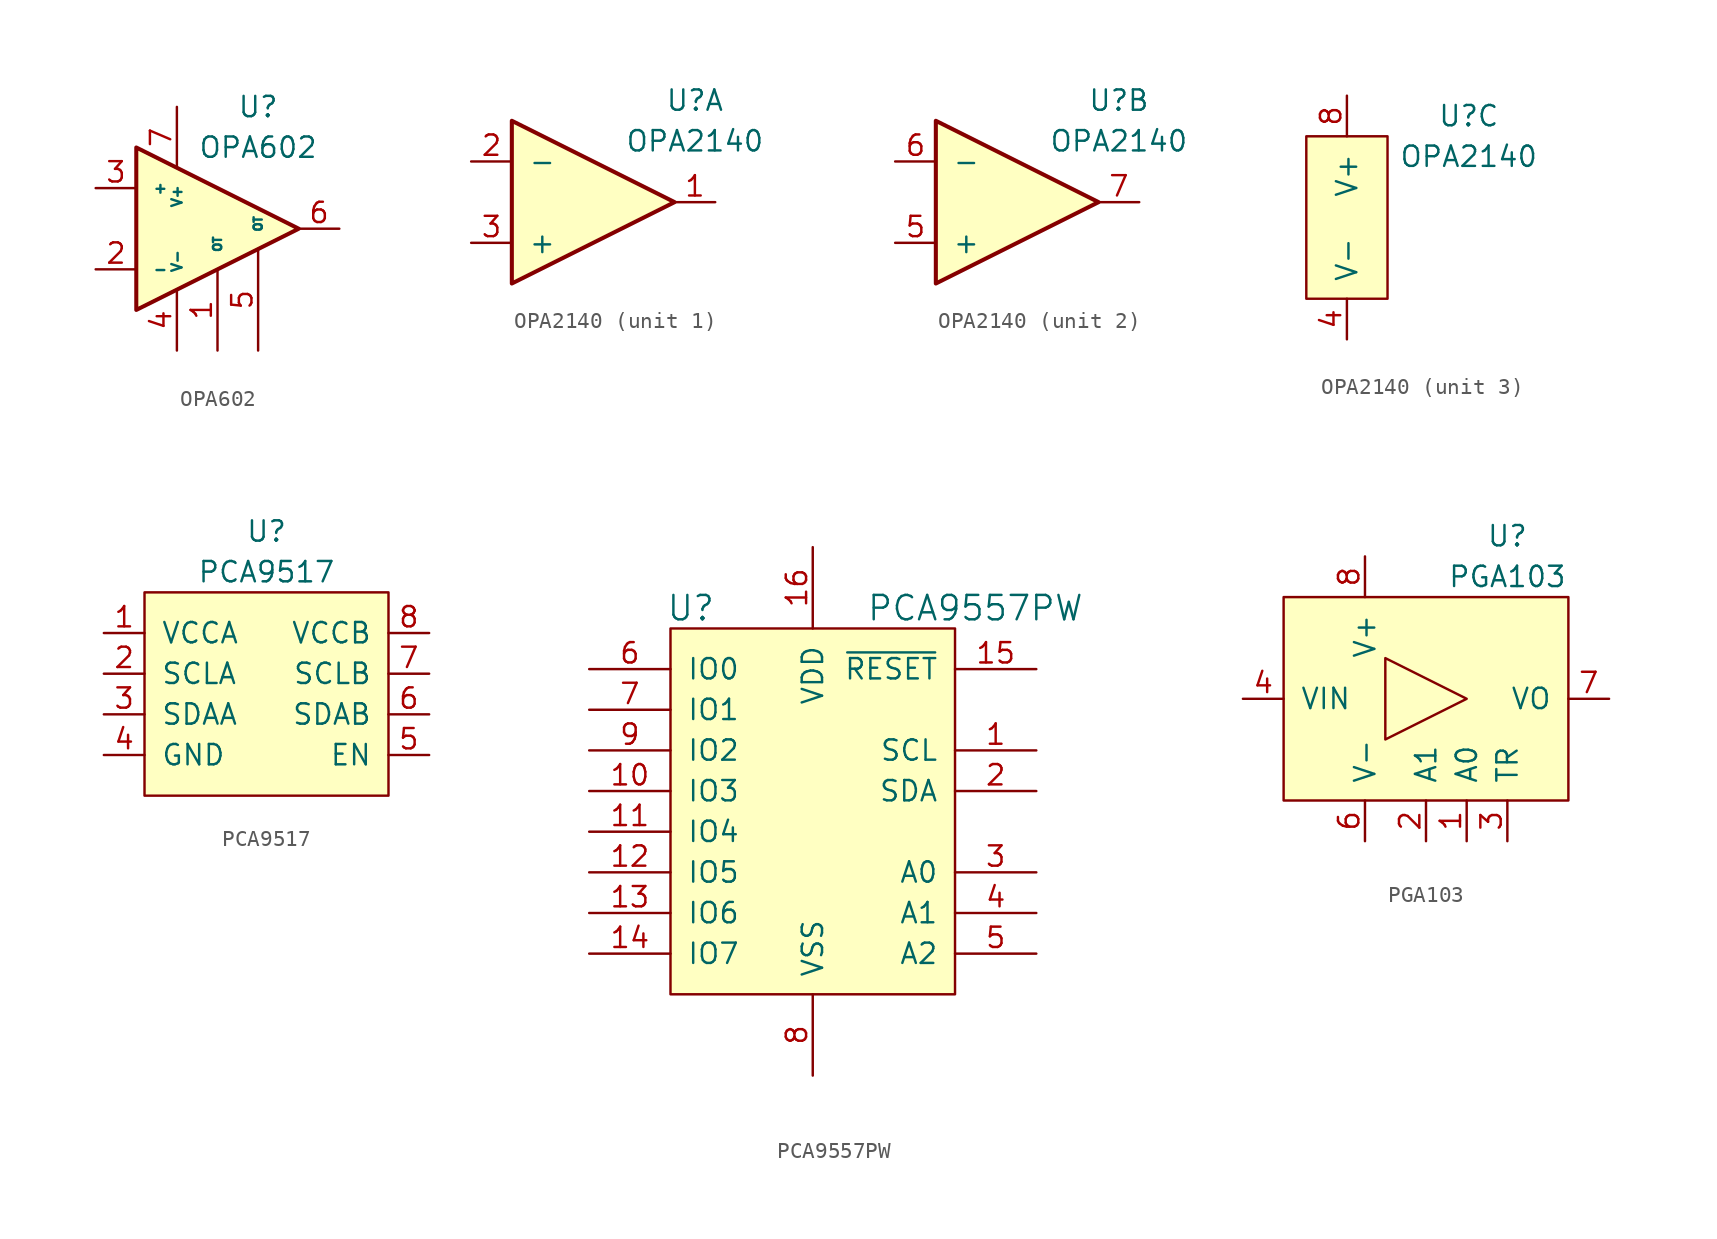
<source format=kicad_sym>
(kicad_symbol_lib
  (version 20220914)
  (generator kicad_symbol_editor)
  (symbol "OPA602"
    (pin_names
      (offset 1.016))
    (property "Reference" "U"
      (at 3.81 7.62 0)
      (effects (font (size 1.27 1.27))))
    (property "Value" "OPA602"
      (at 3.81 5.08 0)
      (effects (font (size 1.27 1.27))))
    (symbol "OPA602_1_1"
      (polyline (pts (xy -3.81 5.08) (xy 6.35 0) (xy -3.81 -5.08) (xy -3.81 5.08)) (stroke (width 0.254) (type default)) (fill (type background)))
      (pin input line (at 1.27 -7.62 90) (length 5.08) (name "OT" (effects (font (size 0.508 0.508)))) (number "1" (effects (font (size 1.27 1.27)))))
      (pin input line (at -6.35 -2.54 0) (length 2.54) (name "-" (effects (font (size 0.635 0.635)))) (number "2" (effects (font (size 1.27 1.27)))))
      (pin input line (at -6.35 2.54 0) (length 2.54) (name "+" (effects (font (size 0.635 0.635)))) (number "3" (effects (font (size 1.27 1.27)))))
      (pin power_in line (at -1.27 -7.62 90) (length 3.81) (name "V-" (effects (font (size 0.635 0.635)))) (number "4" (effects (font (size 1.27 1.27)))))
      (pin input line (at 3.81 -7.62 90) (length 6.35) (name "OT" (effects (font (size 0.508 0.508)))) (number "5" (effects (font (size 1.27 1.27)))))
      (pin output line (at 8.89 0 180) (length 2.54) (name "~" (effects (font (size 1.27 1.27)))) (number "6" (effects (font (size 1.27 1.27)))))
      (pin power_in line (at -1.27 7.62 270) (length 3.81) (name "V+" (effects (font (size 0.635 0.635)))) (number "7" (effects (font (size 1.27 1.27)))))
      (pin no_connect line (at 1.27 2.54 270) (length 2.54) hide (name "NC" (effects (font (size 1.27 1.27)))) (number "8" (effects (font (size 1.27 1.27)))))))
  (symbol "OPA2140"
    (pin_names
      (offset 1.016))
    (property "Reference" "U"
      (at 7.62 6.35 0)
      (effects (font (size 1.27 1.27))))
    (property "Value" "OPA2140"
      (at 7.62 3.81 0)
      (effects (font (size 1.27 1.27))))
    (symbol "OPA2140_1_1"
      (polyline (pts (xy -3.81 5.08) (xy 6.35 0) (xy -3.81 -5.08) (xy -3.81 5.08)) (stroke (width 0.254) (type default)) (fill (type background)))
      (pin output line (at 8.89 0 180) (length 2.54) (name "~" (effects (font (size 1.27 1.27)))) (number "1" (effects (font (size 1.27 1.27)))))
      (pin input line (at -6.35 2.54 0) (length 2.54) (name "-" (effects (font (size 1.27 1.27)))) (number "2" (effects (font (size 1.27 1.27)))))
      (pin input line (at -6.35 -2.54 0) (length 2.54) (name "+" (effects (font (size 1.27 1.27)))) (number "3" (effects (font (size 1.27 1.27))))))
    (symbol "OPA2140_2_1"
      (polyline (pts (xy -3.81 5.08) (xy 6.35 0) (xy -3.81 -5.08) (xy -3.81 5.08)) (stroke (width 0.254) (type default)) (fill (type background)))
      (pin input line (at -6.35 -2.54 0) (length 2.54) (name "+" (effects (font (size 1.27 1.27)))) (number "5" (effects (font (size 1.27 1.27)))))
      (pin input line (at -6.35 2.54 0) (length 2.54) (name "-" (effects (font (size 1.27 1.27)))) (number "6" (effects (font (size 1.27 1.27)))))
      (pin output line (at 8.89 0 180) (length 2.54) (name "~" (effects (font (size 1.27 1.27)))) (number "7" (effects (font (size 1.27 1.27))))))
    (symbol "OPA2140_3_1"
      (rectangle (start -2.54 5.08) (end 2.54 -5.08) (stroke (width 0) (type default)) (fill (type background)))
      (pin passive line (at 0 -7.62 90) (length 2.54) (name "V-" (effects (font (size 1.27 1.27)))) (number "4" (effects (font (size 1.27 1.27)))))
      (pin passive line (at 0 7.62 270) (length 2.54) (name "V+" (effects (font (size 1.27 1.27)))) (number "8" (effects (font (size 1.27 1.27)))))))
  (symbol "PCA9517"
    (pin_names
      (offset 1.016))
    (property "Reference" "U"
      (at 0 10.16 0)
      (effects (font (size 1.27 1.27))))
    (property "Value" "PCA9517"
      (at 0 7.62 0)
      (effects (font (size 1.27 1.27))))
    (symbol "PCA9517_0_1"
      (rectangle (start -7.62 6.35) (end 7.62 -6.35) (stroke (width 0) (type default)) (fill (type background))))
    (symbol "PCA9517_1_1"
      (pin passive line (at -10.16 3.81 0) (length 2.54) (name "VCCA" (effects (font (size 1.27 1.27)))) (number "1" (effects (font (size 1.27 1.27)))))
      (pin bidirectional line (at -10.16 1.27 0) (length 2.54) (name "SCLA" (effects (font (size 1.27 1.27)))) (number "2" (effects (font (size 1.27 1.27)))))
      (pin bidirectional line (at -10.16 -1.27 0) (length 2.54) (name "SDAA" (effects (font (size 1.27 1.27)))) (number "3" (effects (font (size 1.27 1.27)))))
      (pin passive line (at -10.16 -3.81 0) (length 2.54) (name "GND" (effects (font (size 1.27 1.27)))) (number "4" (effects (font (size 1.27 1.27)))))
      (pin passive line (at 10.16 -3.81 180) (length 2.54) (name "EN" (effects (font (size 1.27 1.27)))) (number "5" (effects (font (size 1.27 1.27)))))
      (pin bidirectional line (at 10.16 -1.27 180) (length 2.54) (name "SDAB" (effects (font (size 1.27 1.27)))) (number "6" (effects (font (size 1.27 1.27)))))
      (pin bidirectional line (at 10.16 1.27 180) (length 2.54) (name "SCLB" (effects (font (size 1.27 1.27)))) (number "7" (effects (font (size 1.27 1.27)))))
      (pin passive line (at 10.16 3.81 180) (length 2.54) (name "VCCB" (effects (font (size 1.27 1.27)))) (number "8" (effects (font (size 1.27 1.27)))))))
  (symbol "PCA9557PW"
    (pin_names
      (offset 1.016))
    (property "Reference" "U"
      (at -7.62 12.7 0)
      (effects (font (size 1.524 1.524))))
    (property "Value" "PCA9557PW"
      (at 10.16 12.7 0)
      (effects (font (size 1.524 1.524))))
    (symbol "PCA9557PW_0_1"
      (rectangle (start -8.89 11.43) (end 8.89 -11.43) (stroke (width 0) (type default)) (fill (type background))))
    (symbol "PCA9557PW_1_1"
      (pin bidirectional line (at 13.97 3.81 180) (length 5.08) (name "SCL" (effects (font (size 1.27 1.27)))) (number "1" (effects (font (size 1.27 1.27)))))
      (pin bidirectional line (at -13.97 1.27 0) (length 5.08) (name "IO3" (effects (font (size 1.27 1.27)))) (number "10" (effects (font (size 1.27 1.27)))))
      (pin bidirectional line (at -13.97 -1.27 0) (length 5.08) (name "IO4" (effects (font (size 1.27 1.27)))) (number "11" (effects (font (size 1.27 1.27)))))
      (pin bidirectional line (at -13.97 -3.81 0) (length 5.08) (name "IO5" (effects (font (size 1.27 1.27)))) (number "12" (effects (font (size 1.27 1.27)))))
      (pin bidirectional line (at -13.97 -6.35 0) (length 5.08) (name "IO6" (effects (font (size 1.27 1.27)))) (number "13" (effects (font (size 1.27 1.27)))))
      (pin bidirectional line (at -13.97 -8.89 0) (length 5.08) (name "IO7" (effects (font (size 1.27 1.27)))) (number "14" (effects (font (size 1.27 1.27)))))
      (pin input line (at 13.97 8.89 180) (length 5.08) (name "~{RESET}" (effects (font (size 1.27 1.27)))) (number "15" (effects (font (size 1.27 1.27)))))
      (pin passive line (at 0 16.51 270) (length 5.08) (name "VDD" (effects (font (size 1.27 1.27)))) (number "16" (effects (font (size 1.27 1.27)))))
      (pin bidirectional line (at 13.97 1.27 180) (length 5.08) (name "SDA" (effects (font (size 1.27 1.27)))) (number "2" (effects (font (size 1.27 1.27)))))
      (pin input line (at 13.97 -3.81 180) (length 5.08) (name "A0" (effects (font (size 1.27 1.27)))) (number "3" (effects (font (size 1.27 1.27)))))
      (pin input line (at 13.97 -6.35 180) (length 5.08) (name "A1" (effects (font (size 1.27 1.27)))) (number "4" (effects (font (size 1.27 1.27)))))
      (pin input line (at 13.97 -8.89 180) (length 5.08) (name "A2" (effects (font (size 1.27 1.27)))) (number "5" (effects (font (size 1.27 1.27)))))
      (pin open_collector line (at -13.97 8.89 0) (length 5.08) (name "IO0" (effects (font (size 1.27 1.27)))) (number "6" (effects (font (size 1.27 1.27)))))
      (pin bidirectional line (at -13.97 6.35 0) (length 5.08) (name "IO1" (effects (font (size 1.27 1.27)))) (number "7" (effects (font (size 1.27 1.27)))))
      (pin passive line (at 0 -16.51 90) (length 5.08) (name "VSS" (effects (font (size 1.27 1.27)))) (number "8" (effects (font (size 1.27 1.27)))))
      (pin bidirectional line (at -13.97 3.81 0) (length 5.08) (name "IO2" (effects (font (size 1.27 1.27)))) (number "9" (effects (font (size 1.27 1.27)))))))
  (symbol "PGA103"
    (pin_names
      (offset 1.016))
    (property "Reference" "U"
      (at 5.08 10.16 0)
      (effects (font (size 1.27 1.27))))
    (property "Value" "PGA103"
      (at 5.08 7.62 0)
      (effects (font (size 1.27 1.27))))
    (symbol "PGA103_0_1"
      (rectangle (start -8.89 6.35) (end 8.89 -6.35) (stroke (width 0) (type default)) (fill (type background)))
      (polyline (pts (xy -2.54 2.54) (xy -2.54 -2.54) (xy 2.54 0) (xy -2.54 2.54)) (stroke (width 0) (type default)) (fill (type none))))
    (symbol "PGA103_1_1"
      (pin input line (at 2.54 -8.89 90) (length 2.54) (name "A0" (effects (font (size 1.27 1.27)))) (number "1" (effects (font (size 1.27 1.27)))))
      (pin input line (at 0 -8.89 90) (length 2.54) (name "A1" (effects (font (size 1.27 1.27)))) (number "2" (effects (font (size 1.27 1.27)))))
      (pin input line (at 5.08 -8.89 90) (length 2.54) (name "TR" (effects (font (size 1.27 1.27)))) (number "3" (effects (font (size 1.27 1.27)))))
      (pin input line (at -11.43 0 0) (length 2.54) (name "VIN" (effects (font (size 1.27 1.27)))) (number "4" (effects (font (size 1.27 1.27)))))
      (pin passive line (at -3.81 -8.89 90) (length 2.54) (name "V-" (effects (font (size 1.27 1.27)))) (number "6" (effects (font (size 1.27 1.27)))))
      (pin output line (at 11.43 0 180) (length 2.54) (name "VO" (effects (font (size 1.27 1.27)))) (number "7" (effects (font (size 1.27 1.27)))))
      (pin passive line (at -3.81 8.89 270) (length 2.54) (name "V+" (effects (font (size 1.27 1.27)))) (number "8" (effects (font (size 1.27 1.27))))))))
</source>
